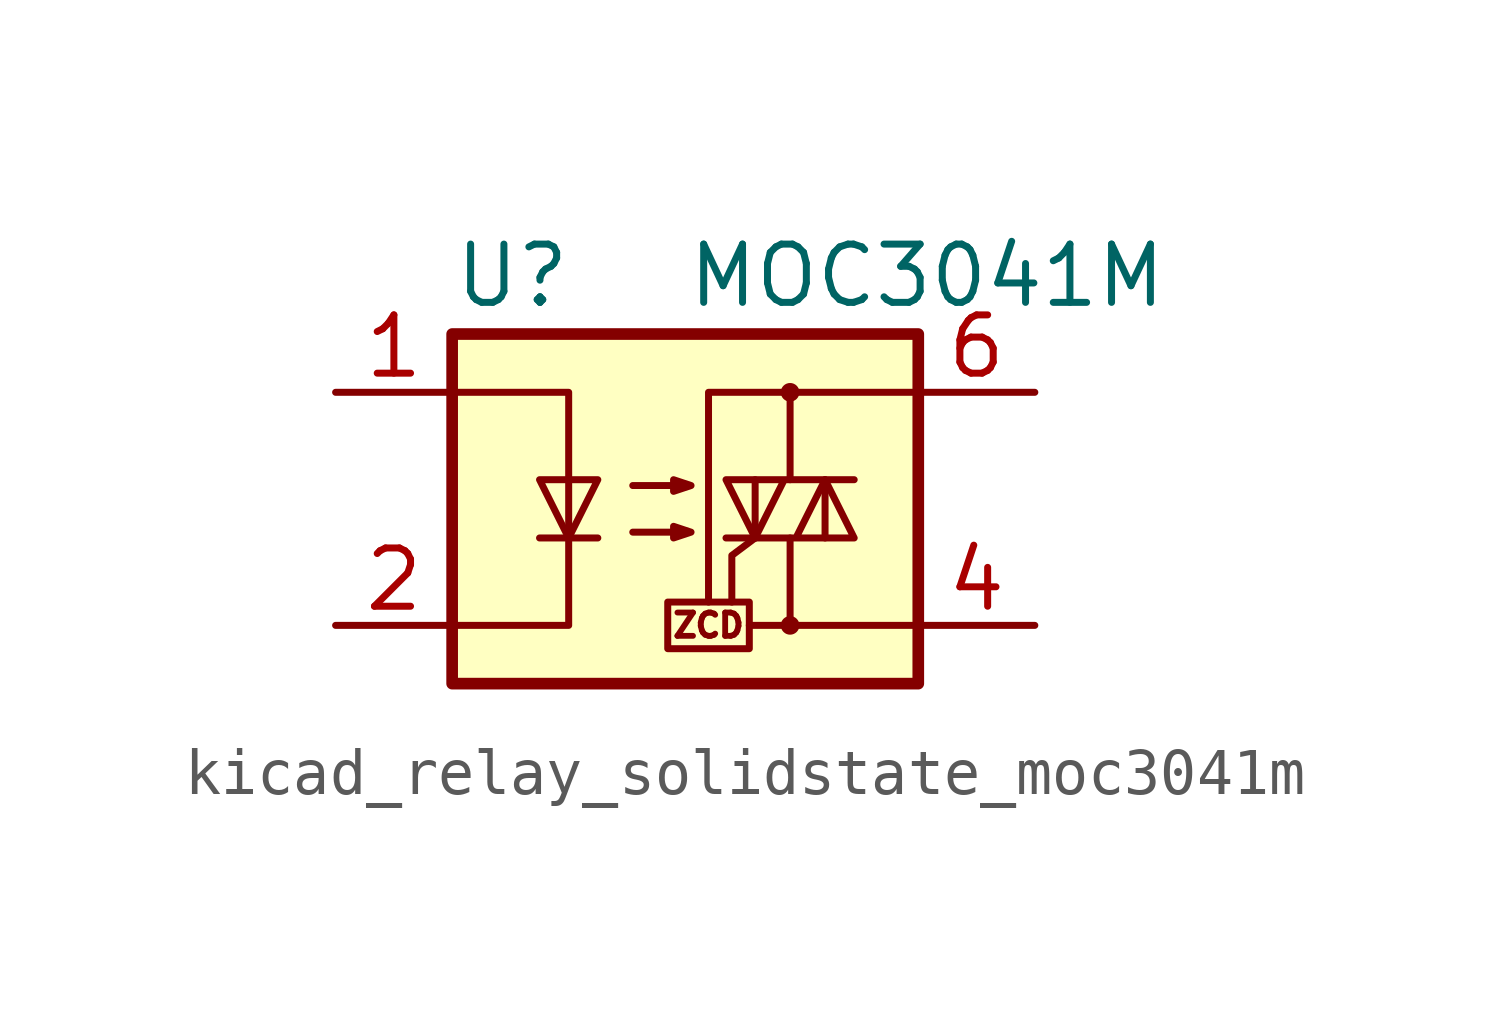
<source format=kicad_sym>
(kicad_symbol_lib
  (version 20220914)
  (generator kicad_symbol_editor)
  (symbol "kicad_relay_solidstate_moc3041m"
    (property "Reference" "U"
      (at -5.08 5.08 0)
      (effects (font (size 1.27 1.27)) (justify left)))
    (property "Value" "MOC3041M"
      (at 0 5.08 0)
      (effects (font (size 1.27 1.27)) (justify left)))
    (symbol "kicad_relay_solidstate_moc3041m_0_0"
      (rectangle (start -0.381 -2.032) (end 1.397 -3.048) (stroke (width 0) (type default)) (fill (type none)))
      (polyline (pts (xy 2.286 -2.54) (xy 1.397 -2.54)) (stroke (width 0) (type default)) (fill (type none)))
      (polyline (pts (xy 1.524 -0.635) (xy 1.016 -1.016) (xy 1.016 -2.032)) (stroke (width 0) (type default)) (fill (type none)))
      (text "ZCD" (at 0.508 -2.54 0) (effects (font (size 0.508 0.508)))))
    (symbol "kicad_relay_solidstate_moc3041m_0_1"
      (rectangle (start -5.08 3.81) (end 5.08 -3.81) (stroke (width 0.254) (type default)) (fill (type background)))
      (polyline (pts (xy -3.175 -0.635) (xy -1.905 -0.635)) (stroke (width 0) (type default)) (fill (type none)))
      (polyline (pts (xy 1.524 -0.635) (xy 1.524 0.635)) (stroke (width 0) (type default)) (fill (type none)))
      (polyline (pts (xy 3.048 0.635) (xy 3.048 -0.635)) (stroke (width 0) (type default)) (fill (type none)))
      (polyline (pts (xy 2.286 -0.635) (xy 2.286 -2.54) (xy 5.08 -2.54)) (stroke (width 0) (type default)) (fill (type none)))
      (polyline (pts (xy 2.286 0.635) (xy 2.286 2.54) (xy 5.08 2.54)) (stroke (width 0) (type default)) (fill (type none)))
      (polyline (pts (xy 2.286 2.54) (xy 0.508 2.54) (xy 0.508 -2.032)) (stroke (width 0) (type default)) (fill (type none)))
      (polyline (pts (xy -5.08 2.54) (xy -2.54 2.54) (xy -2.54 -2.54) (xy -5.08 -2.54)) (stroke (width 0) (type default)) (fill (type none)))
      (polyline (pts (xy -2.54 -0.635) (xy -3.175 0.635) (xy -1.905 0.635) (xy -2.54 -0.635)) (stroke (width 0) (type default)) (fill (type none)))
      (polyline (pts (xy 0.889 -0.635) (xy 3.683 -0.635) (xy 3.048 0.635) (xy 2.413 -0.635)) (stroke (width 0) (type default)) (fill (type none)))
      (polyline (pts (xy 3.683 0.635) (xy 0.889 0.635) (xy 1.524 -0.635) (xy 2.159 0.635)) (stroke (width 0) (type default)) (fill (type none)))
      (polyline (pts (xy -1.143 -0.508) (xy 0.127 -0.508) (xy -0.254 -0.635) (xy -0.254 -0.381) (xy 0.127 -0.508)) (stroke (width 0) (type default)) (fill (type none)))
      (polyline (pts (xy -1.143 0.508) (xy 0.127 0.508) (xy -0.254 0.381) (xy -0.254 0.635) (xy 0.127 0.508)) (stroke (width 0) (type default)) (fill (type none)))
      (circle (center 2.286 -2.54) (radius 0.127) (stroke (width 0) (type default)) (fill (type none)))
      (circle (center 2.286 2.54) (radius 0.127) (stroke (width 0) (type default)) (fill (type none))))
    (symbol "kicad_relay_solidstate_moc3041m_1_1"
      (pin passive line (at -7.62 2.54 0) (length 2.54) (name "~" (effects (font (size 1.27 1.27)))) (number "1" (effects (font (size 1.27 1.27)))))
      (pin passive line (at -7.62 -2.54 0) (length 2.54) (name "~" (effects (font (size 1.27 1.27)))) (number "2" (effects (font (size 1.27 1.27)))))
      (pin no_connect line (at -5.08 0 0) (length 2.54) hide (name "NC" (effects (font (size 1.27 1.27)))) (number "3" (effects (font (size 1.27 1.27)))))
      (pin passive line (at 7.62 -2.54 180) (length 2.54) (name "~" (effects (font (size 1.27 1.27)))) (number "4" (effects (font (size 1.27 1.27)))))
      (pin no_connect line (at 5.08 0 180) (length 2.54) hide (name "NC" (effects (font (size 1.27 1.27)))) (number "5" (effects (font (size 1.27 1.27)))))
      (pin passive line (at 7.62 2.54 180) (length 2.54) (name "~" (effects (font (size 1.27 1.27)))) (number "6" (effects (font (size 1.27 1.27))))))))
</source>
